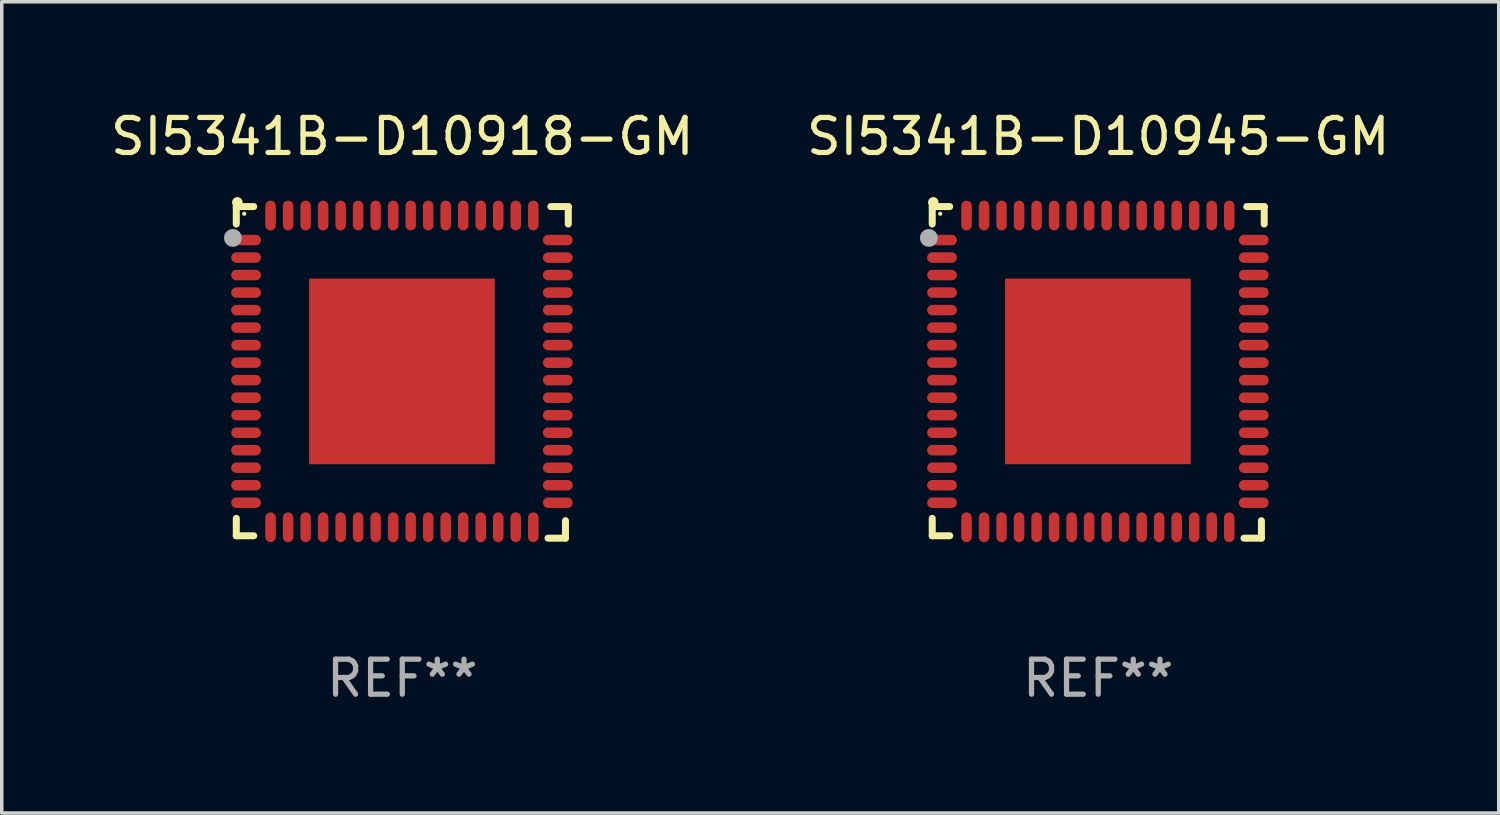
<source format=kicad_pcb>
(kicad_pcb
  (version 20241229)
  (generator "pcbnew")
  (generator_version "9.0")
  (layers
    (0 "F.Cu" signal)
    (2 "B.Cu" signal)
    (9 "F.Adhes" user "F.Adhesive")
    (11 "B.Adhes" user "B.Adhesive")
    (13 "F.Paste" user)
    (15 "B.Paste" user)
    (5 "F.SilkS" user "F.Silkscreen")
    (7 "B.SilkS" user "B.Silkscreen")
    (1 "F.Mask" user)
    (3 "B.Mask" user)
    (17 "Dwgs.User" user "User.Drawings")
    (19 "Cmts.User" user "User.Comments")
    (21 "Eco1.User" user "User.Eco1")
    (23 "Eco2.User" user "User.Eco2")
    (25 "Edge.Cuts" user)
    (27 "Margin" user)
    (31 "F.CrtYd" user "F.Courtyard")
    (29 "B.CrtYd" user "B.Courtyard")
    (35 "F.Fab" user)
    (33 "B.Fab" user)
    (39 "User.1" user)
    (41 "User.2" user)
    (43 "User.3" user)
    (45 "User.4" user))
  (footprint "SI5341B-D10945-GM"
    (layer "F.Cu")
    (at 28.304 7.581)
    (property "Reference" "SI5341B-D10945-GM" (at 0 -6.733 0) (layer "F.SilkS") (effects (font (size 1 1) (thickness 0.15))))
    (attr through_hole)
    (fp_line (start -4.739 -4.733) (end -4.241 -4.733) (stroke (width 0.2) (type solid)) (layer "F.SilkS"))
    (fp_line (start -4.739 -4.235) (end -4.739 -4.733) (stroke (width 0.2) (type solid)) (layer "F.SilkS"))
    (fp_line (start -4.739 4.168) (end -4.739 4.665) (stroke (width 0.2) (type solid)) (layer "F.SilkS"))
    (fp_line (start -4.739 4.665) (end -4.241 4.665) (stroke (width 0.2) (type solid)) (layer "F.SilkS"))
    (fp_line (start 4.161 4.733) (end 4.659 4.733) (stroke (width 0.2) (type solid)) (layer "F.SilkS"))
    (fp_line (start 4.241 -4.733) (end 4.739 -4.733) (stroke (width 0.2) (type solid)) (layer "F.SilkS"))
    (fp_line (start 4.659 4.733) (end 4.659 4.235) (stroke (width 0.2) (type solid)) (layer "F.SilkS"))
    (fp_line (start 4.739 -4.733) (end 4.739 -4.235) (stroke (width 0.2) (type solid)) (layer "F.SilkS"))
    (fp_arc (start -4.708623 -4.85108) (mid -4.708628 -4.85235) (end -4.708623 -4.85362) (stroke (width 0.3) (type solid)) (layer "F.SilkS"))
    (fp_circle (center -4.511 -4.529) (end -4.481 -4.529) (stroke (width 0.06) (type solid)) (fill no) (layer "F.SilkS"))
    (fp_circle (center -4.836 -3.838) (end -4.709 -3.838) (stroke (width 0.254) (type solid)) (fill no) (layer "F.Fab"))
    (fp_text user "REF**" (at 0 8.733 0) (layer "F.Fab") (effects (font (size 1 1) (thickness 0.15))))
    (pad "1" smd oval (at -4.46 -3.778) (size 0.85 0.3) (layers "F.Cu" "F.Mask" "F.Paste"))
    (pad "2" smd oval (at -4.46 -3.278) (size 0.85 0.3) (layers "F.Cu" "F.Mask" "F.Paste"))
    (pad "3" smd oval (at -4.46 -2.778) (size 0.85 0.3) (layers "F.Cu" "F.Mask" "F.Paste"))
    (pad "4" smd oval (at -4.46 -2.278) (size 0.85 0.3) (layers "F.Cu" "F.Mask" "F.Paste"))
    (pad "5" smd oval (at -4.46 -1.778) (size 0.85 0.3) (layers "F.Cu" "F.Mask" "F.Paste"))
    (pad "6" smd oval (at -4.46 -1.278) (size 0.85 0.3) (layers "F.Cu" "F.Mask" "F.Paste"))
    (pad "7" smd oval (at -4.46 -0.778) (size 0.85 0.3) (layers "F.Cu" "F.Mask" "F.Paste"))
    (pad "8" smd oval (at -4.46 -0.278) (size 0.85 0.3) (layers "F.Cu" "F.Mask" "F.Paste"))
    (pad "9" smd oval (at -4.46 0.222) (size 0.85 0.3) (layers "F.Cu" "F.Mask" "F.Paste"))
    (pad "10" smd oval (at -4.46 0.722) (size 0.85 0.3) (layers "F.Cu" "F.Mask" "F.Paste"))
    (pad "11" smd oval (at -4.46 1.222) (size 0.85 0.3) (layers "F.Cu" "F.Mask" "F.Paste"))
    (pad "12" smd oval (at -4.46 1.722) (size 0.85 0.3) (layers "F.Cu" "F.Mask" "F.Paste"))
    (pad "13" smd oval (at -4.46 2.222) (size 0.85 0.3) (layers "F.Cu" "F.Mask" "F.Paste"))
    (pad "14" smd oval (at -4.46 2.722) (size 0.85 0.3) (layers "F.Cu" "F.Mask" "F.Paste"))
    (pad "15" smd oval (at -4.46 3.222) (size 0.85 0.3) (layers "F.Cu" "F.Mask" "F.Paste"))
    (pad "16" smd oval (at -4.46 3.722) (size 0.85 0.3) (layers "F.Cu" "F.Mask" "F.Paste"))
    (pad "17" smd oval (at -3.76 4.422) (size 0.3 0.85) (layers "F.Cu" "F.Mask" "F.Paste"))
    (pad "18" smd oval (at -3.26 4.422) (size 0.3 0.85) (layers "F.Cu" "F.Mask" "F.Paste"))
    (pad "19" smd oval (at -2.76 4.422) (size 0.3 0.85) (layers "F.Cu" "F.Mask" "F.Paste"))
    (pad "20" smd oval (at -2.26 4.422) (size 0.3 0.85) (layers "F.Cu" "F.Mask" "F.Paste"))
    (pad "21" smd oval (at -1.76 4.422) (size 0.3 0.85) (layers "F.Cu" "F.Mask" "F.Paste"))
    (pad "22" smd oval (at -1.26 4.422) (size 0.3 0.85) (layers "F.Cu" "F.Mask" "F.Paste"))
    (pad "23" smd oval (at -0.76 4.422) (size 0.3 0.85) (layers "F.Cu" "F.Mask" "F.Paste"))
    (pad "24" smd oval (at -0.26 4.422) (size 0.3 0.85) (layers "F.Cu" "F.Mask" "F.Paste"))
    (pad "25" smd oval (at 0.24 4.422) (size 0.3 0.85) (layers "F.Cu" "F.Mask" "F.Paste"))
    (pad "26" smd oval (at 0.74 4.422) (size 0.3 0.85) (layers "F.Cu" "F.Mask" "F.Paste"))
    (pad "27" smd oval (at 1.24 4.422) (size 0.3 0.85) (layers "F.Cu" "F.Mask" "F.Paste"))
    (pad "28" smd oval (at 1.74 4.422) (size 0.3 0.85) (layers "F.Cu" "F.Mask" "F.Paste"))
    (pad "29" smd oval (at 2.24 4.422) (size 0.3 0.85) (layers "F.Cu" "F.Mask" "F.Paste"))
    (pad "30" smd oval (at 2.74 4.422) (size 0.3 0.85) (layers "F.Cu" "F.Mask" "F.Paste"))
    (pad "31" smd oval (at 3.24 4.422) (size 0.3 0.85) (layers "F.Cu" "F.Mask" "F.Paste"))
    (pad "32" smd oval (at 3.74 4.422) (size 0.3 0.85) (layers "F.Cu" "F.Mask" "F.Paste"))
    (pad "33" smd oval (at 4.44 3.723) (size 0.85 0.3) (layers "F.Cu" "F.Mask" "F.Paste"))
    (pad "34" smd oval (at 4.44 3.222) (size 0.85 0.3) (layers "F.Cu" "F.Mask" "F.Paste"))
    (pad "35" smd oval (at 4.44 2.723) (size 0.85 0.3) (layers "F.Cu" "F.Mask" "F.Paste"))
    (pad "36" smd oval (at 4.44 2.222) (size 0.85 0.3) (layers "F.Cu" "F.Mask" "F.Paste"))
    (pad "37" smd oval (at 4.44 1.723) (size 0.85 0.3) (layers "F.Cu" "F.Mask" "F.Paste"))
    (pad "38" smd oval (at 4.44 1.222) (size 0.85 0.3) (layers "F.Cu" "F.Mask" "F.Paste"))
    (pad "39" smd oval (at 4.44 0.723) (size 0.85 0.3) (layers "F.Cu" "F.Mask" "F.Paste"))
    (pad "40" smd oval (at 4.44 0.222) (size 0.85 0.3) (layers "F.Cu" "F.Mask" "F.Paste"))
    (pad "41" smd oval (at 4.44 -0.277) (size 0.85 0.3) (layers "F.Cu" "F.Mask" "F.Paste"))
    (pad "42" smd oval (at 4.44 -0.778) (size 0.85 0.3) (layers "F.Cu" "F.Mask" "F.Paste"))
    (pad "43" smd oval (at 4.44 -1.277) (size 0.85 0.3) (layers "F.Cu" "F.Mask" "F.Paste"))
    (pad "44" smd oval (at 4.44 -1.778) (size 0.85 0.3) (layers "F.Cu" "F.Mask" "F.Paste"))
    (pad "45" smd oval (at 4.44 -2.277) (size 0.85 0.3) (layers "F.Cu" "F.Mask" "F.Paste"))
    (pad "46" smd oval (at 4.44 -2.778) (size 0.85 0.3) (layers "F.Cu" "F.Mask" "F.Paste"))
    (pad "47" smd oval (at 4.44 -3.277) (size 0.85 0.3) (layers "F.Cu" "F.Mask" "F.Paste"))
    (pad "48" smd oval (at 4.44 -3.778) (size 0.85 0.3) (layers "F.Cu" "F.Mask" "F.Paste"))
    (pad "49" smd oval (at 3.74 -4.478) (size 0.3 0.85) (layers "F.Cu" "F.Mask" "F.Paste"))
    (pad "50" smd oval (at 3.24 -4.478) (size 0.3 0.85) (layers "F.Cu" "F.Mask" "F.Paste"))
    (pad "51" smd oval (at 2.74 -4.478) (size 0.3 0.85) (layers "F.Cu" "F.Mask" "F.Paste"))
    (pad "52" smd oval (at 2.24 -4.478) (size 0.3 0.85) (layers "F.Cu" "F.Mask" "F.Paste"))
    (pad "53" smd oval (at 1.74 -4.478) (size 0.3 0.85) (layers "F.Cu" "F.Mask" "F.Paste"))
    (pad "54" smd oval (at 1.24 -4.478) (size 0.3 0.85) (layers "F.Cu" "F.Mask" "F.Paste"))
    (pad "55" smd oval (at 0.74 -4.478) (size 0.3 0.85) (layers "F.Cu" "F.Mask" "F.Paste"))
    (pad "56" smd oval (at 0.24 -4.478) (size 0.3 0.85) (layers "F.Cu" "F.Mask" "F.Paste"))
    (pad "57" smd oval (at -0.26 -4.478) (size 0.3 0.85) (layers "F.Cu" "F.Mask" "F.Paste"))
    (pad "58" smd oval (at -0.76 -4.478) (size 0.3 0.85) (layers "F.Cu" "F.Mask" "F.Paste"))
    (pad "59" smd oval (at -1.26 -4.478) (size 0.3 0.85) (layers "F.Cu" "F.Mask" "F.Paste"))
    (pad "60" smd oval (at -1.76 -4.478) (size 0.3 0.85) (layers "F.Cu" "F.Mask" "F.Paste"))
    (pad "61" smd oval (at -2.26 -4.478) (size 0.3 0.85) (layers "F.Cu" "F.Mask" "F.Paste"))
    (pad "62" smd oval (at -2.76 -4.478) (size 0.3 0.85) (layers "F.Cu" "F.Mask" "F.Paste"))
    (pad "63" smd oval (at -3.26 -4.478) (size 0.3 0.85) (layers "F.Cu" "F.Mask" "F.Paste"))
    (pad "64" smd oval (at -3.76 -4.478) (size 0.3 0.85) (layers "F.Cu" "F.Mask" "F.Paste"))
    (pad "65" smd rect (at -0.009 -0.028 90) (size 5.3 5.3) (layers "F.Cu" "F.Mask" "F.Paste")))
  (footprint "SI5341B-D10918-GM"
    (layer "F.Cu")
    (at 8.435 7.581)
    (property "Reference" "SI5341B-D10918-GM" (at 0 -6.733 0) (layer "F.SilkS") (effects (font (size 1 1) (thickness 0.15))))
    (attr through_hole)
    (fp_line (start -4.739 -4.733) (end -4.241 -4.733) (stroke (width 0.2) (type solid)) (layer "F.SilkS"))
    (fp_line (start -4.739 -4.235) (end -4.739 -4.733) (stroke (width 0.2) (type solid)) (layer "F.SilkS"))
    (fp_line (start -4.739 4.168) (end -4.739 4.665) (stroke (width 0.2) (type solid)) (layer "F.SilkS"))
    (fp_line (start -4.739 4.665) (end -4.241 4.665) (stroke (width 0.2) (type solid)) (layer "F.SilkS"))
    (fp_line (start 4.161 4.733) (end 4.659 4.733) (stroke (width 0.2) (type solid)) (layer "F.SilkS"))
    (fp_line (start 4.241 -4.733) (end 4.739 -4.733) (stroke (width 0.2) (type solid)) (layer "F.SilkS"))
    (fp_line (start 4.659 4.733) (end 4.659 4.235) (stroke (width 0.2) (type solid)) (layer "F.SilkS"))
    (fp_line (start 4.739 -4.733) (end 4.739 -4.235) (stroke (width 0.2) (type solid)) (layer "F.SilkS"))
    (fp_arc (start -4.708623 -4.85108) (mid -4.708628 -4.85235) (end -4.708623 -4.85362) (stroke (width 0.3) (type solid)) (layer "F.SilkS"))
    (fp_circle (center -4.511 -4.529) (end -4.481 -4.529) (stroke (width 0.06) (type solid)) (fill no) (layer "F.SilkS"))
    (fp_circle (center -4.836 -3.838) (end -4.709 -3.838) (stroke (width 0.254) (type solid)) (fill no) (layer "F.Fab"))
    (fp_text user "REF**" (at 0 8.733 0) (layer "F.Fab") (effects (font (size 1 1) (thickness 0.15))))
    (pad "1" smd oval (at -4.46 -3.778) (size 0.85 0.3) (layers "F.Cu" "F.Mask" "F.Paste"))
    (pad "2" smd oval (at -4.46 -3.278) (size 0.85 0.3) (layers "F.Cu" "F.Mask" "F.Paste"))
    (pad "3" smd oval (at -4.46 -2.778) (size 0.85 0.3) (layers "F.Cu" "F.Mask" "F.Paste"))
    (pad "4" smd oval (at -4.46 -2.278) (size 0.85 0.3) (layers "F.Cu" "F.Mask" "F.Paste"))
    (pad "5" smd oval (at -4.46 -1.778) (size 0.85 0.3) (layers "F.Cu" "F.Mask" "F.Paste"))
    (pad "6" smd oval (at -4.46 -1.278) (size 0.85 0.3) (layers "F.Cu" "F.Mask" "F.Paste"))
    (pad "7" smd oval (at -4.46 -0.778) (size 0.85 0.3) (layers "F.Cu" "F.Mask" "F.Paste"))
    (pad "8" smd oval (at -4.46 -0.278) (size 0.85 0.3) (layers "F.Cu" "F.Mask" "F.Paste"))
    (pad "9" smd oval (at -4.46 0.222) (size 0.85 0.3) (layers "F.Cu" "F.Mask" "F.Paste"))
    (pad "10" smd oval (at -4.46 0.722) (size 0.85 0.3) (layers "F.Cu" "F.Mask" "F.Paste"))
    (pad "11" smd oval (at -4.46 1.222) (size 0.85 0.3) (layers "F.Cu" "F.Mask" "F.Paste"))
    (pad "12" smd oval (at -4.46 1.722) (size 0.85 0.3) (layers "F.Cu" "F.Mask" "F.Paste"))
    (pad "13" smd oval (at -4.46 2.222) (size 0.85 0.3) (layers "F.Cu" "F.Mask" "F.Paste"))
    (pad "14" smd oval (at -4.46 2.722) (size 0.85 0.3) (layers "F.Cu" "F.Mask" "F.Paste"))
    (pad "15" smd oval (at -4.46 3.222) (size 0.85 0.3) (layers "F.Cu" "F.Mask" "F.Paste"))
    (pad "16" smd oval (at -4.46 3.722) (size 0.85 0.3) (layers "F.Cu" "F.Mask" "F.Paste"))
    (pad "17" smd oval (at -3.76 4.422) (size 0.3 0.85) (layers "F.Cu" "F.Mask" "F.Paste"))
    (pad "18" smd oval (at -3.26 4.422) (size 0.3 0.85) (layers "F.Cu" "F.Mask" "F.Paste"))
    (pad "19" smd oval (at -2.76 4.422) (size 0.3 0.85) (layers "F.Cu" "F.Mask" "F.Paste"))
    (pad "20" smd oval (at -2.26 4.422) (size 0.3 0.85) (layers "F.Cu" "F.Mask" "F.Paste"))
    (pad "21" smd oval (at -1.76 4.422) (size 0.3 0.85) (layers "F.Cu" "F.Mask" "F.Paste"))
    (pad "22" smd oval (at -1.26 4.422) (size 0.3 0.85) (layers "F.Cu" "F.Mask" "F.Paste"))
    (pad "23" smd oval (at -0.76 4.422) (size 0.3 0.85) (layers "F.Cu" "F.Mask" "F.Paste"))
    (pad "24" smd oval (at -0.26 4.422) (size 0.3 0.85) (layers "F.Cu" "F.Mask" "F.Paste"))
    (pad "25" smd oval (at 0.24 4.422) (size 0.3 0.85) (layers "F.Cu" "F.Mask" "F.Paste"))
    (pad "26" smd oval (at 0.74 4.422) (size 0.3 0.85) (layers "F.Cu" "F.Mask" "F.Paste"))
    (pad "27" smd oval (at 1.24 4.422) (size 0.3 0.85) (layers "F.Cu" "F.Mask" "F.Paste"))
    (pad "28" smd oval (at 1.74 4.422) (size 0.3 0.85) (layers "F.Cu" "F.Mask" "F.Paste"))
    (pad "29" smd oval (at 2.24 4.422) (size 0.3 0.85) (layers "F.Cu" "F.Mask" "F.Paste"))
    (pad "30" smd oval (at 2.74 4.422) (size 0.3 0.85) (layers "F.Cu" "F.Mask" "F.Paste"))
    (pad "31" smd oval (at 3.24 4.422) (size 0.3 0.85) (layers "F.Cu" "F.Mask" "F.Paste"))
    (pad "32" smd oval (at 3.74 4.422) (size 0.3 0.85) (layers "F.Cu" "F.Mask" "F.Paste"))
    (pad "33" smd oval (at 4.44 3.723) (size 0.85 0.3) (layers "F.Cu" "F.Mask" "F.Paste"))
    (pad "34" smd oval (at 4.44 3.222) (size 0.85 0.3) (layers "F.Cu" "F.Mask" "F.Paste"))
    (pad "35" smd oval (at 4.44 2.723) (size 0.85 0.3) (layers "F.Cu" "F.Mask" "F.Paste"))
    (pad "36" smd oval (at 4.44 2.222) (size 0.85 0.3) (layers "F.Cu" "F.Mask" "F.Paste"))
    (pad "37" smd oval (at 4.44 1.723) (size 0.85 0.3) (layers "F.Cu" "F.Mask" "F.Paste"))
    (pad "38" smd oval (at 4.44 1.222) (size 0.85 0.3) (layers "F.Cu" "F.Mask" "F.Paste"))
    (pad "39" smd oval (at 4.44 0.723) (size 0.85 0.3) (layers "F.Cu" "F.Mask" "F.Paste"))
    (pad "40" smd oval (at 4.44 0.222) (size 0.85 0.3) (layers "F.Cu" "F.Mask" "F.Paste"))
    (pad "41" smd oval (at 4.44 -0.277) (size 0.85 0.3) (layers "F.Cu" "F.Mask" "F.Paste"))
    (pad "42" smd oval (at 4.44 -0.778) (size 0.85 0.3) (layers "F.Cu" "F.Mask" "F.Paste"))
    (pad "43" smd oval (at 4.44 -1.277) (size 0.85 0.3) (layers "F.Cu" "F.Mask" "F.Paste"))
    (pad "44" smd oval (at 4.44 -1.778) (size 0.85 0.3) (layers "F.Cu" "F.Mask" "F.Paste"))
    (pad "45" smd oval (at 4.44 -2.277) (size 0.85 0.3) (layers "F.Cu" "F.Mask" "F.Paste"))
    (pad "46" smd oval (at 4.44 -2.778) (size 0.85 0.3) (layers "F.Cu" "F.Mask" "F.Paste"))
    (pad "47" smd oval (at 4.44 -3.277) (size 0.85 0.3) (layers "F.Cu" "F.Mask" "F.Paste"))
    (pad "48" smd oval (at 4.44 -3.778) (size 0.85 0.3) (layers "F.Cu" "F.Mask" "F.Paste"))
    (pad "49" smd oval (at 3.74 -4.478) (size 0.3 0.85) (layers "F.Cu" "F.Mask" "F.Paste"))
    (pad "50" smd oval (at 3.24 -4.478) (size 0.3 0.85) (layers "F.Cu" "F.Mask" "F.Paste"))
    (pad "51" smd oval (at 2.74 -4.478) (size 0.3 0.85) (layers "F.Cu" "F.Mask" "F.Paste"))
    (pad "52" smd oval (at 2.24 -4.478) (size 0.3 0.85) (layers "F.Cu" "F.Mask" "F.Paste"))
    (pad "53" smd oval (at 1.74 -4.478) (size 0.3 0.85) (layers "F.Cu" "F.Mask" "F.Paste"))
    (pad "54" smd oval (at 1.24 -4.478) (size 0.3 0.85) (layers "F.Cu" "F.Mask" "F.Paste"))
    (pad "55" smd oval (at 0.74 -4.478) (size 0.3 0.85) (layers "F.Cu" "F.Mask" "F.Paste"))
    (pad "56" smd oval (at 0.24 -4.478) (size 0.3 0.85) (layers "F.Cu" "F.Mask" "F.Paste"))
    (pad "57" smd oval (at -0.26 -4.478) (size 0.3 0.85) (layers "F.Cu" "F.Mask" "F.Paste"))
    (pad "58" smd oval (at -0.76 -4.478) (size 0.3 0.85) (layers "F.Cu" "F.Mask" "F.Paste"))
    (pad "59" smd oval (at -1.26 -4.478) (size 0.3 0.85) (layers "F.Cu" "F.Mask" "F.Paste"))
    (pad "60" smd oval (at -1.76 -4.478) (size 0.3 0.85) (layers "F.Cu" "F.Mask" "F.Paste"))
    (pad "61" smd oval (at -2.26 -4.478) (size 0.3 0.85) (layers "F.Cu" "F.Mask" "F.Paste"))
    (pad "62" smd oval (at -2.76 -4.478) (size 0.3 0.85) (layers "F.Cu" "F.Mask" "F.Paste"))
    (pad "63" smd oval (at -3.26 -4.478) (size 0.3 0.85) (layers "F.Cu" "F.Mask" "F.Paste"))
    (pad "64" smd oval (at -3.76 -4.478) (size 0.3 0.85) (layers "F.Cu" "F.Mask" "F.Paste"))
    (pad "65" smd rect (at -0.009 -0.028 90) (size 5.3 5.3) (layers "F.Cu" "F.Mask" "F.Paste")))
  (gr_rect
    (start -3 -3)
    (end 39.738 20.162)
    (stroke (width 0.1) (type default))
    (fill no)
    (layer "Edge.Cuts")))
</source>
